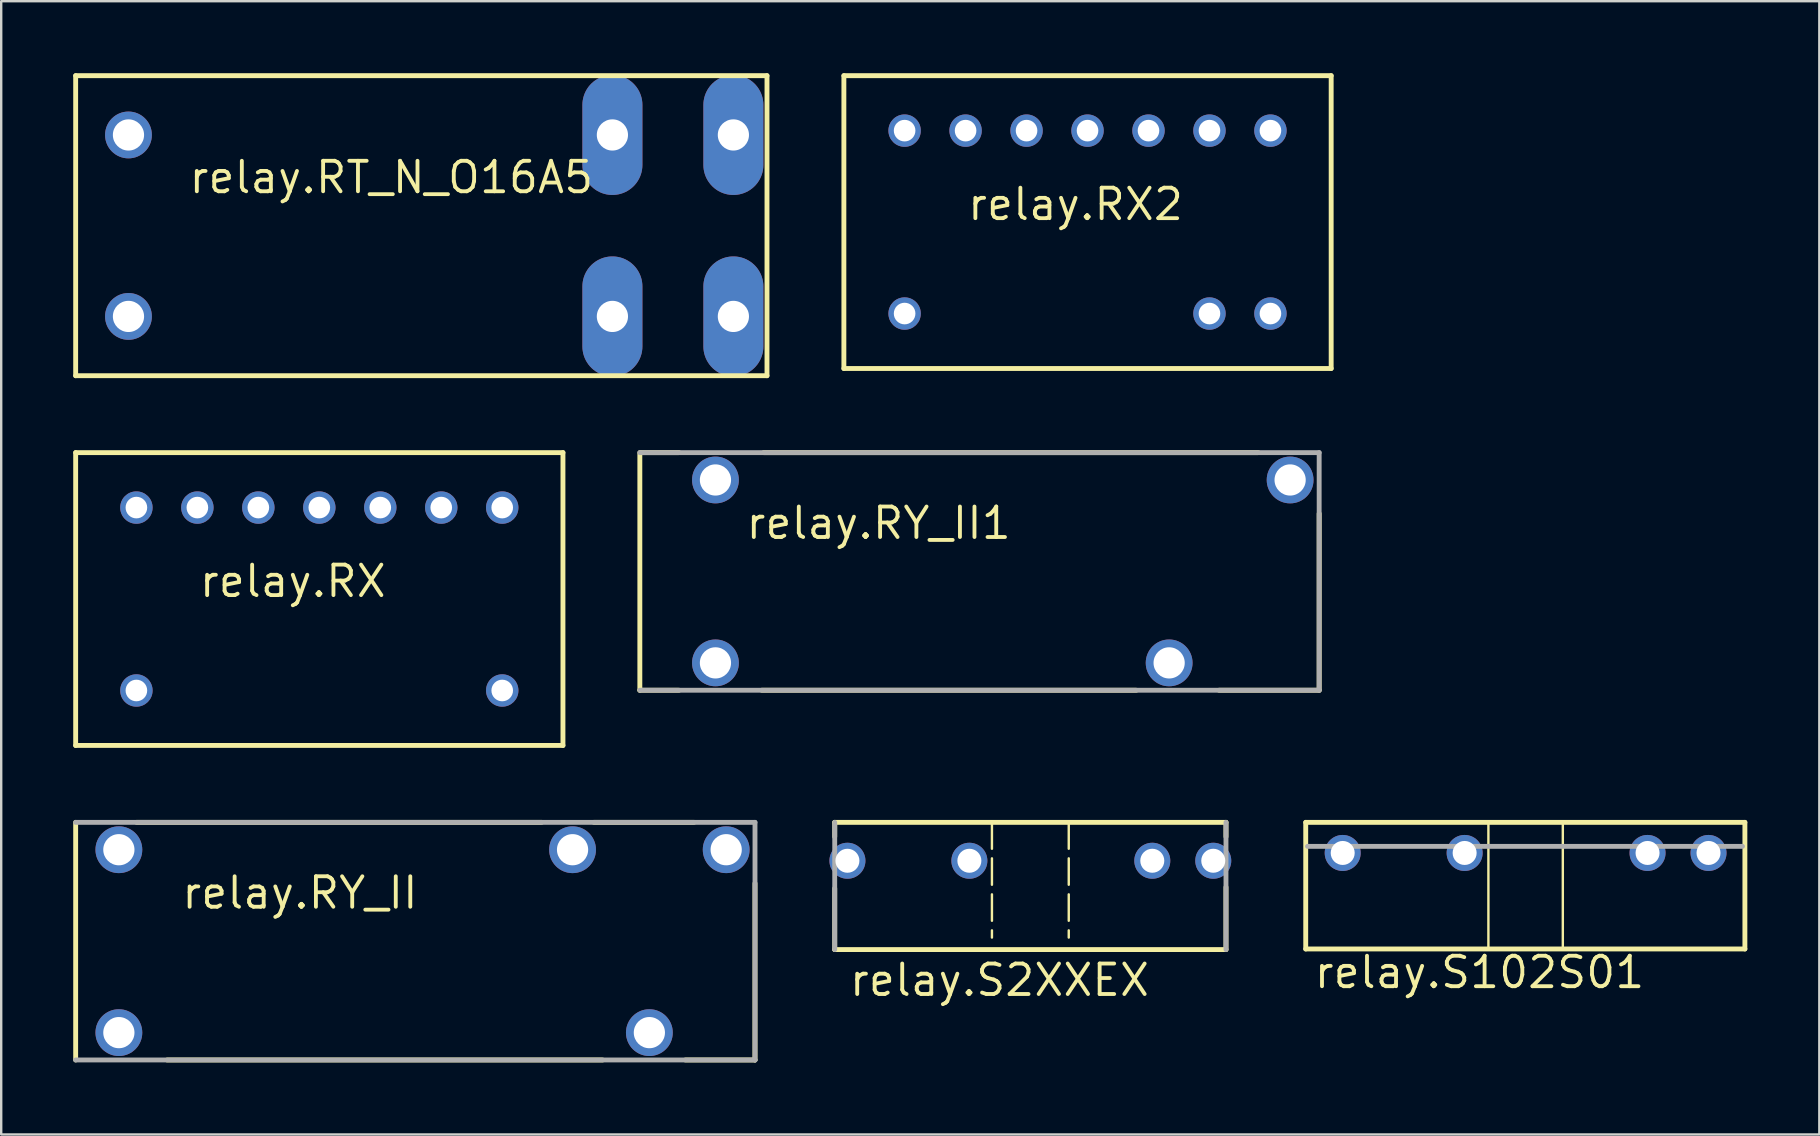
<source format=kicad_pcb>
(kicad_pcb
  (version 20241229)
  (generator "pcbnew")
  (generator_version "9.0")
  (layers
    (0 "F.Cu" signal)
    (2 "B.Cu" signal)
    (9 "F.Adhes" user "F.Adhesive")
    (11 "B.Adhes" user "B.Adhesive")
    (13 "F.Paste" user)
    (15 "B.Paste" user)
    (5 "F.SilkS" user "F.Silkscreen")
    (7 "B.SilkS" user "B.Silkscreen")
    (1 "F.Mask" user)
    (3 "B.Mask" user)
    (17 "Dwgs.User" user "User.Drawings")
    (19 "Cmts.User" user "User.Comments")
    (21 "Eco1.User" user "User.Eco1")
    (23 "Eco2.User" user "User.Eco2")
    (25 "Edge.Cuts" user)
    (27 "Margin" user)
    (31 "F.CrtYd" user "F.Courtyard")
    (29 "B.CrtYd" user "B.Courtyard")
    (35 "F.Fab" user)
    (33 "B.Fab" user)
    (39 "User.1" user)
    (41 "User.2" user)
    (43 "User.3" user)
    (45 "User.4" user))
  (footprint "relay.RY_II1"
    (layer "F.Cu")
    (at 37.755 20.755)
    (property "Reference" "relay.RY_II1" (at -9.81 -1.27 0) (layer "F.SilkS") (effects (font (size 1.27 1.27) (thickness 0.16)) (justify left bottom)))
    (attr through_hole)
    (fp_line (start -14.15 4.95) (end -14.15 -4.95) (stroke (width 0.203) (type default)) (layer "F.SilkS"))
    (fp_line (start -14.07 -4.95) (end -12.52 -4.95) (stroke (width 0.203) (type default)) (layer "F.SilkS"))
    (fp_line (start -12.52 4.95) (end -14.15 4.95) (stroke (width 0.203) (type default)) (layer "F.SilkS"))
    (fp_line (start -8.99 -4.95) (end 11.61 -4.95) (stroke (width 0.203) (type default)) (layer "F.SilkS"))
    (fp_line (start 6.53 4.95) (end -9.07 4.95) (stroke (width 0.203) (type default)) (layer "F.SilkS"))
    (fp_line (start 14.15 -2.41) (end 14.15 4.95) (stroke (width 0.203) (type default)) (layer "F.SilkS"))
    (fp_line (start 14.15 4.95) (end 9.98 4.95) (stroke (width 0.203) (type default)) (layer "F.SilkS"))
    (fp_line (start -14.15 -4.95) (end 14.15 -4.95) (stroke (width 0.203) (type default)) (layer "F.Fab"))
    (fp_line (start 14.15 -4.95) (end 14.15 4.95) (stroke (width 0.203) (type default)) (layer "F.Fab"))
    (fp_line (start 14.15 4.95) (end -14.15 4.95) (stroke (width 0.203) (type default)) (layer "F.Fab"))
    (pad "11" thru_hole circle (at 7.9 3.81) (size 1.95 1.95) (drill 1.3) (layers "*.Cu" "*.Mask"))
    (pad "14" thru_hole circle (at 12.94 -3.81) (size 1.95 1.95) (drill 1.3) (layers "*.Cu" "*.Mask"))
    (pad "A1" thru_hole circle (at -11 3.81) (size 1.95 1.95) (drill 1.3) (layers "*.Cu" "*.Mask"))
    (pad "A2" thru_hole circle (at -11 -3.81) (size 1.95 1.95) (drill 1.3) (layers "*.Cu" "*.Mask")))
  (footprint "relay.S102S01"
    (layer "F.Cu")
    (at 60.505 32.483)
    (property "Reference" "relay.S102S01" (at -8.89 5.715 0) (layer "F.SilkS") (effects (font (size 1.27 1.27) (thickness 0.16)) (justify left bottom)))
    (attr through_hole)
    (fp_line (start -9.16 -1.275) (end 9.135 -1.275) (stroke (width 0.203) (type default)) (layer "F.SilkS"))
    (fp_line (start -9.16 4) (end -9.16 -1.275) (stroke (width 0.203) (type default)) (layer "F.SilkS"))
    (fp_line (start -1.55 -1.225) (end -1.55 3.95) (stroke (width 0.1) (type default)) (layer "F.SilkS"))
    (fp_line (start 1.55 -1.23) (end 1.55 3.925) (stroke (width 0.1) (type default)) (layer "F.SilkS"))
    (fp_line (start 9.135 -1.275) (end 9.135 4) (stroke (width 0.203) (type default)) (layer "F.SilkS"))
    (fp_line (start 9.135 4) (end -9.16 4) (stroke (width 0.203) (type default)) (layer "F.SilkS"))
    (fp_line (start -9.085 -0.275) (end 9.035 -0.275) (stroke (width 0.203) (type default)) (layer "F.Fab"))
    (pad "1" thru_hole circle (at -7.62 0) (size 1.5 1.5) (drill 1) (layers "*.Cu" "*.Mask"))
    (pad "2" thru_hole circle (at -2.54 0) (size 1.5 1.5) (drill 1) (layers "*.Cu" "*.Mask"))
    (pad "3" thru_hole circle (at 5.08 0) (size 1.5 1.5) (drill 1) (layers "*.Cu" "*.Mask"))
    (pad "4" thru_hole circle (at 7.62 0) (size 1.5 1.5) (drill 1) (layers "*.Cu" "*.Mask")))
  (footprint "relay.RX"
    (layer "F.Cu")
    (at 10.252 21.905)
    (property "Reference" "relay.RX" (at -5.08 0 0) (layer "F.SilkS") (effects (font (size 1.27 1.27) (thickness 0.16)) (justify left bottom)))
    (attr through_hole)
    (fp_line (start -10.15 -6.1) (end 10.15 -6.1) (stroke (width 0.203) (type default)) (layer "F.SilkS"))
    (fp_line (start -10.15 6.1) (end -10.15 -6.1) (stroke (width 0.203) (type default)) (layer "F.SilkS"))
    (fp_line (start 10.15 -6.1) (end 10.15 6.1) (stroke (width 0.203) (type default)) (layer "F.SilkS"))
    (fp_line (start 10.15 6.1) (end -10.15 6.1) (stroke (width 0.203) (type default)) (layer "F.SilkS"))
    (pad "1" thru_hole circle (at -7.62 3.81) (size 1.35 1.35) (drill 0.9) (layers "*.Cu" "*.Mask"))
    (pad "7" thru_hole circle (at 7.62 3.81) (size 1.35 1.35) (drill 0.9) (layers "*.Cu" "*.Mask"))
    (pad "8" thru_hole circle (at 7.62 -3.81) (size 1.35 1.35) (drill 0.9) (layers "*.Cu" "*.Mask"))
    (pad "9" thru_hole circle (at 5.08 -3.81) (size 1.35 1.35) (drill 0.9) (layers "*.Cu" "*.Mask"))
    (pad "10" thru_hole circle (at 2.54 -3.81) (size 1.35 1.35) (drill 0.9) (layers "*.Cu" "*.Mask"))
    (pad "11" thru_hole circle (at 0 -3.81) (size 1.35 1.35) (drill 0.9) (layers "*.Cu" "*.Mask"))
    (pad "12" thru_hole circle (at -2.54 -3.81) (size 1.35 1.35) (drill 0.9) (layers "*.Cu" "*.Mask"))
    (pad "13" thru_hole circle (at -5.08 -3.81) (size 1.35 1.35) (drill 0.9) (layers "*.Cu" "*.Mask"))
    (pad "14" thru_hole circle (at -7.62 -3.81) (size 1.35 1.35) (drill 0.9) (layers "*.Cu" "*.Mask")))
  (footprint "relay.RY_II"
    (layer "F.Cu")
    (at 14.602 36.158)
    (property "Reference" "relay.RY_II" (at -10.16 -1.27 0) (layer "F.SilkS") (effects (font (size 1.27 1.27) (thickness 0.16)) (justify left bottom)))
    (attr through_hole)
    (fp_line (start -14.5 4.95) (end -14.5 -4.95) (stroke (width 0.203) (type default)) (layer "F.SilkS"))
    (fp_line (start -11.96 -4.95) (end 4.91 -4.95) (stroke (width 0.203) (type default)) (layer "F.SilkS"))
    (fp_line (start 7.09 -4.95) (end 11.26 -4.95) (stroke (width 0.203) (type default)) (layer "F.SilkS"))
    (fp_line (start 7.45 4.95) (end -10.69 4.95) (stroke (width 0.203) (type default)) (layer "F.SilkS"))
    (fp_line (start 13.8 -2.41) (end 13.8 4.95) (stroke (width 0.203) (type default)) (layer "F.SilkS"))
    (fp_line (start 13.8 4.95) (end 10.9 4.95) (stroke (width 0.203) (type default)) (layer "F.SilkS"))
    (fp_line (start -14.5 -4.95) (end 13.8 -4.95) (stroke (width 0.203) (type default)) (layer "F.Fab"))
    (fp_line (start 13.8 -4.95) (end 13.8 4.95) (stroke (width 0.203) (type default)) (layer "F.Fab"))
    (fp_line (start 13.8 4.95) (end -14.5 4.95) (stroke (width 0.203) (type default)) (layer "F.Fab"))
    (pad "11" thru_hole circle (at 9.4 3.81) (size 1.95 1.95) (drill 1.3) (layers "*.Cu" "*.Mask"))
    (pad "12" thru_hole circle (at 6.2 -3.81) (size 1.95 1.95) (drill 1.3) (layers "*.Cu" "*.Mask"))
    (pad "14" thru_hole circle (at 12.6 -3.81) (size 1.95 1.95) (drill 1.3) (layers "*.Cu" "*.Mask"))
    (pad "A1" thru_hole circle (at -12.7 3.81) (size 1.95 1.95) (drill 1.3) (layers "*.Cu" "*.Mask"))
    (pad "A2" thru_hole circle (at -12.7 -3.81) (size 1.95 1.95) (drill 1.3) (layers "*.Cu" "*.Mask")))
  (footprint "relay.RT_N_O16A5"
    (layer "F.Cu")
    (at 14.902 6.352)
    (property "Reference" "relay.RT_N_O16A5" (at -10.16 -1.27 0) (layer "F.SilkS") (effects (font (size 1.27 1.27) (thickness 0.16)) (justify left bottom)))
    (attr through_hole)
    (fp_line (start -14.8 -6.25) (end 14 -6.25) (stroke (width 0.203) (type default)) (layer "F.SilkS"))
    (fp_line (start -14.8 6.25) (end -14.8 -6.25) (stroke (width 0.203) (type default)) (layer "F.SilkS"))
    (fp_line (start 14 -6.25) (end 14 6.25) (stroke (width 0.203) (type default)) (layer "F.SilkS"))
    (fp_line (start 14 6.25) (end -14.8 6.25) (stroke (width 0.203) (type default)) (layer "F.SilkS"))
    (pad "11A" thru_hole oval (at 7.56 -3.78 90) (size 5 2.5) (drill 1.3) (layers "*.Cu" "*.Mask"))
    (pad "11B" thru_hole oval (at 7.56 3.78 90) (size 5 2.5) (drill 1.3) (layers "*.Cu" "*.Mask"))
    (pad "14A" thru_hole oval (at 12.6 -3.78 90) (size 5 2.5) (drill 1.3) (layers "*.Cu" "*.Mask"))
    (pad "14B" thru_hole oval (at 12.6 3.78 90) (size 5 2.5) (drill 1.3) (layers "*.Cu" "*.Mask"))
    (pad "A1" thru_hole circle (at -12.6 3.78) (size 1.95 1.95) (drill 1.3) (layers "*.Cu" "*.Mask"))
    (pad "A2" thru_hole circle (at -12.6 -3.78) (size 1.95 1.95) (drill 1.3) (layers "*.Cu" "*.Mask")))
  (footprint "relay.RX2"
    (layer "F.Cu")
    (at 42.255 6.202)
    (property "Reference" "relay.RX2" (at -5.08 0 0) (layer "F.SilkS") (effects (font (size 1.27 1.27) (thickness 0.16)) (justify left bottom)))
    (attr through_hole)
    (fp_line (start -10.15 -6.1) (end 10.15 -6.1) (stroke (width 0.203) (type default)) (layer "F.SilkS"))
    (fp_line (start -10.15 6.1) (end -10.15 -6.1) (stroke (width 0.203) (type default)) (layer "F.SilkS"))
    (fp_line (start 10.15 -6.1) (end 10.15 6.1) (stroke (width 0.203) (type default)) (layer "F.SilkS"))
    (fp_line (start 10.15 6.1) (end -10.15 6.1) (stroke (width 0.203) (type default)) (layer "F.SilkS"))
    (pad "1" thru_hole circle (at -7.62 3.81) (size 1.35 1.35) (drill 0.9) (layers "*.Cu" "*.Mask"))
    (pad "6" thru_hole circle (at 5.08 3.81) (size 1.35 1.35) (drill 0.9) (layers "*.Cu" "*.Mask"))
    (pad "7" thru_hole circle (at 7.62 3.81) (size 1.35 1.35) (drill 0.9) (layers "*.Cu" "*.Mask"))
    (pad "8" thru_hole circle (at 7.62 -3.81) (size 1.35 1.35) (drill 0.9) (layers "*.Cu" "*.Mask"))
    (pad "9" thru_hole circle (at 5.08 -3.81) (size 1.35 1.35) (drill 0.9) (layers "*.Cu" "*.Mask"))
    (pad "10" thru_hole circle (at 2.54 -3.81) (size 1.35 1.35) (drill 0.9) (layers "*.Cu" "*.Mask"))
    (pad "11" thru_hole circle (at 0 -3.81) (size 1.35 1.35) (drill 0.9) (layers "*.Cu" "*.Mask"))
    (pad "12" thru_hole circle (at -2.54 -3.81) (size 1.35 1.35) (drill 0.9) (layers "*.Cu" "*.Mask"))
    (pad "13" thru_hole circle (at -5.08 -3.81) (size 1.35 1.35) (drill 0.9) (layers "*.Cu" "*.Mask"))
    (pad "14" thru_hole circle (at -7.62 -3.81) (size 1.35 1.35) (drill 0.9) (layers "*.Cu" "*.Mask")))
  (footprint "relay.S2XXEX"
    (layer "F.Cu")
    (at 39.873 32.808)
    (property "Reference" "relay.S2XXEX" (at -7.62 5.715 0) (layer "F.SilkS") (effects (font (size 1.27 1.27) (thickness 0.16)) (justify left bottom)))
    (attr through_hole)
    (fp_line (start -8.15 -1.6) (end -8.15 -1) (stroke (width 0.203) (type default)) (layer "F.SilkS"))
    (fp_line (start -8.15 -1.6) (end 8.15 -1.6) (stroke (width 0.203) (type default)) (layer "F.SilkS"))
    (fp_line (start -8.15 1.15) (end -8.15 3.7) (stroke (width 0.203) (type default)) (layer "F.SilkS"))
    (fp_line (start -1.6 -1.6) (end -1.6 3.2) (stroke (width 0.1) (type dash)) (layer "F.SilkS"))
    (fp_line (start 1.6 -1.6) (end 1.6 3.2) (stroke (width 0.1) (type dash)) (layer "F.SilkS"))
    (fp_line (start 8.15 -1.6) (end 8.15 -1) (stroke (width 0.203) (type default)) (layer "F.SilkS"))
    (fp_line (start 8.15 1.1) (end 8.15 3.7) (stroke (width 0.203) (type default)) (layer "F.SilkS"))
    (fp_line (start 8.15 3.7) (end -8.15 3.7) (stroke (width 0.203) (type default)) (layer "F.SilkS"))
    (fp_line (start -8.15 3.7) (end -8.15 -1.6) (stroke (width 0.203) (type default)) (layer "F.Fab"))
    (fp_line (start 8.15 -1.6) (end 8.15 3.7) (stroke (width 0.203) (type default)) (layer "F.Fab"))
    (pad "1" thru_hole circle (at -7.62 0) (size 1.5 1.5) (drill 1) (layers "*.Cu" "*.Mask"))
    (pad "2" thru_hole circle (at -2.54 0) (size 1.5 1.5) (drill 1) (layers "*.Cu" "*.Mask"))
    (pad "3" thru_hole circle (at 5.08 0) (size 1.5 1.5) (drill 1) (layers "*.Cu" "*.Mask"))
    (pad "4" thru_hole circle (at 7.62 0) (size 1.5 1.5) (drill 1) (layers "*.Cu" "*.Mask")))
  (gr_rect
    (start -3 -3)
    (end 72.741 44.21)
    (stroke (width 0.1) (type default))
    (fill no)
    (layer "Edge.Cuts")))
</source>
